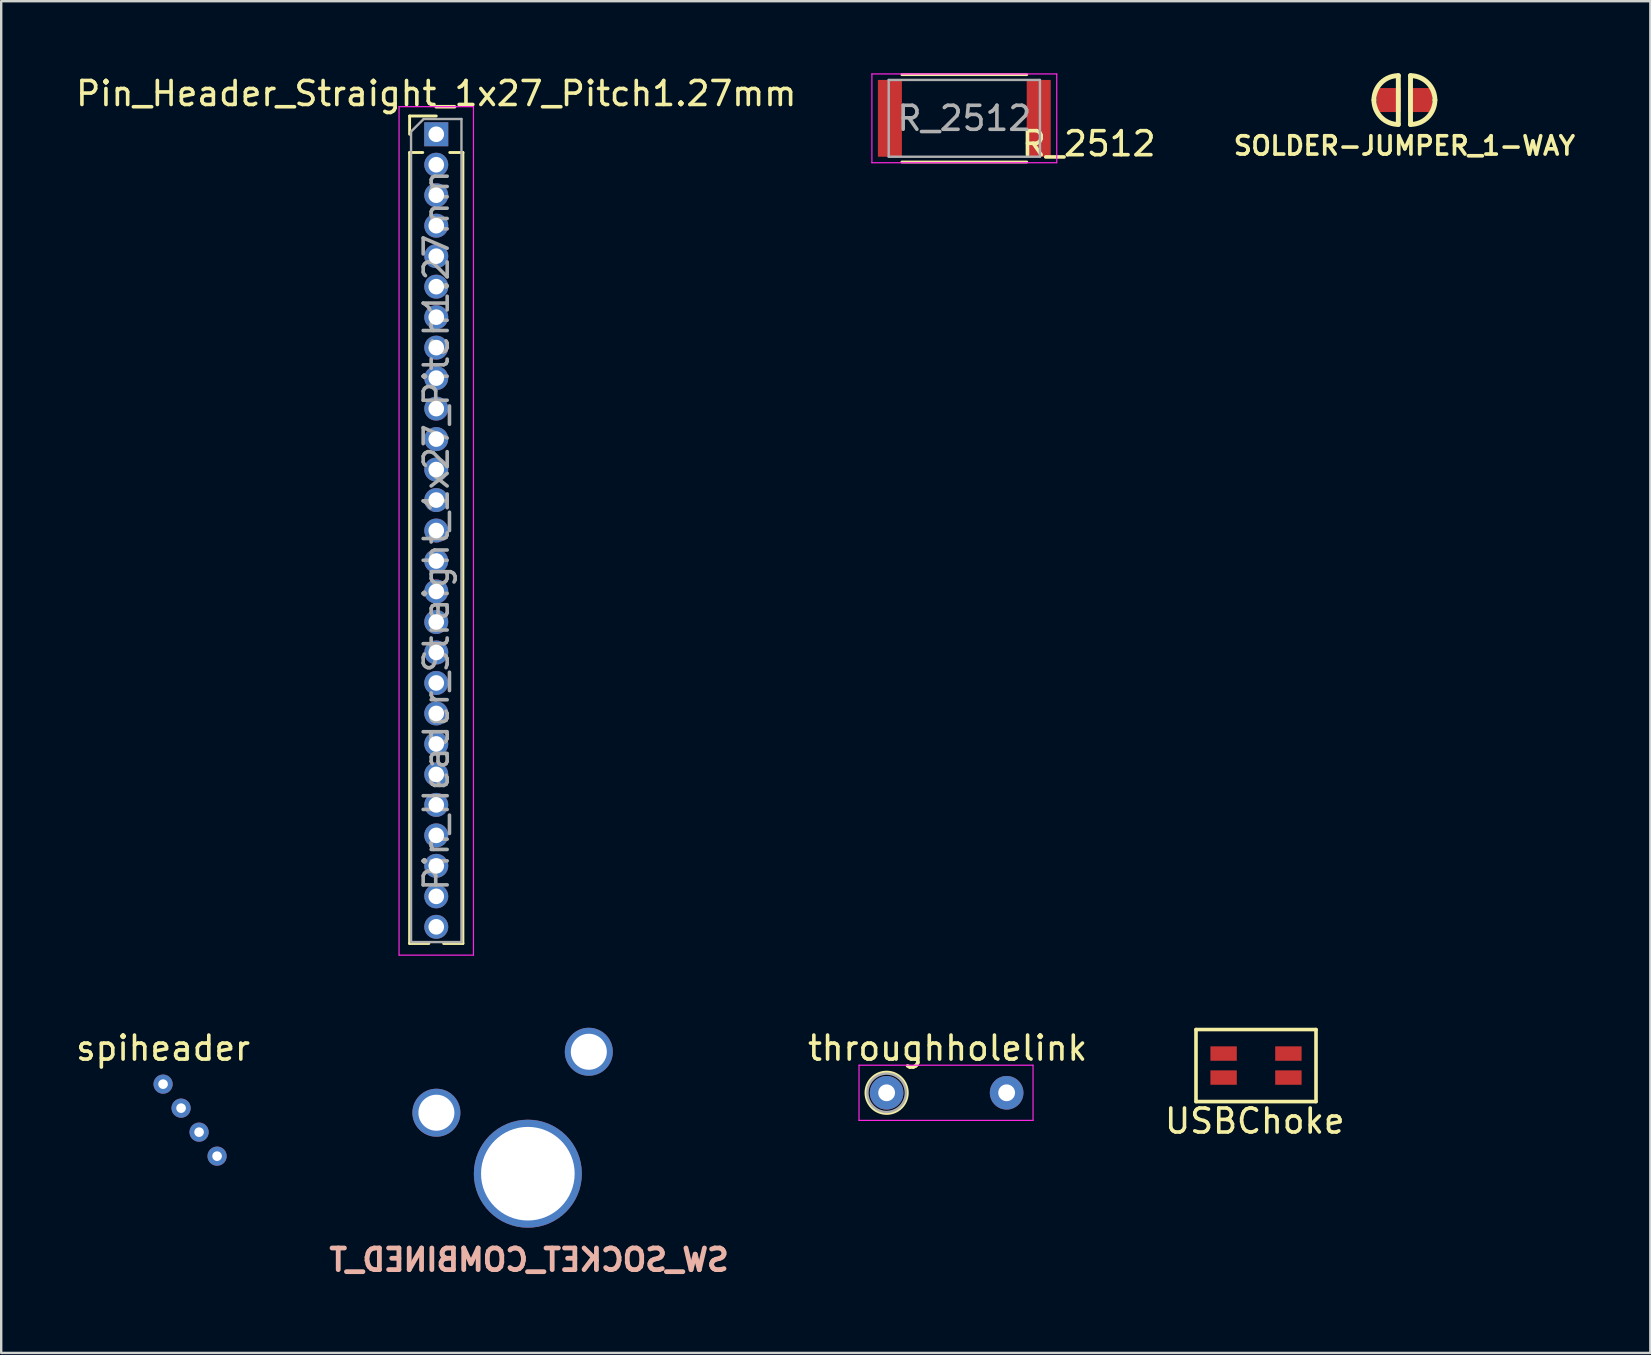
<source format=kicad_pcb>
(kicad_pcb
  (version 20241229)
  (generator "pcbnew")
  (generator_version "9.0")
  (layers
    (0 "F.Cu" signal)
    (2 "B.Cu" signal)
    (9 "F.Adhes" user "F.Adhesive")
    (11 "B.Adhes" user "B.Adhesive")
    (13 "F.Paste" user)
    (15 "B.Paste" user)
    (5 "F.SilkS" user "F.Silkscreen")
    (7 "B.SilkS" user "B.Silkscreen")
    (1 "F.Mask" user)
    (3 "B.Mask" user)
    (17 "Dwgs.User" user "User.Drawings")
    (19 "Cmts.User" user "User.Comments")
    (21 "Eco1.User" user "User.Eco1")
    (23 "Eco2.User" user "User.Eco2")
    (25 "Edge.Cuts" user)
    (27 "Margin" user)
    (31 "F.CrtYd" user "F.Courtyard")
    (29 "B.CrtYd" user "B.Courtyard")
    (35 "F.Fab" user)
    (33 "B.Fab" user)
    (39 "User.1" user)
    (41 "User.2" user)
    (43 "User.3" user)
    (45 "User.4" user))
  (footprint "SW_SOCKET_COMBINED_T"
    (layer "F.Cu")
    (at 18.941 45.848)
    (property "Reference" "SW_SOCKET_COMBINED_T" (at 0.05 3.59 0) (layer "B.SilkS") (effects (font (size 0.9 0.9) (thickness 0.2)) (justify mirror)))
    (attr through_hole)
    (pad "1" thru_hole circle (at -3.81 -2.54) (size 2 2) (drill 1.5) (layers "*.Cu" "*.Mask"))
    (pad "2" thru_hole circle (at 2.54 -5.08) (size 2 2) (drill 1.5) (layers "*.Cu" "*.Mask"))
    (pad "3" thru_hole circle (at 0 0) (size 4.5 4.5) (drill 3.9) (layers "*.Cu")))
  (footprint "Pin_Header_Straight_1x27_Pitch1.27mm"
    (layer "F.Cu")
    (at 15.125 2.543)
    (property "Reference" "Pin_Header_Straight_1x27_Pitch1.27mm" (at 0 -1.695 0) (layer "F.SilkS") (effects (font (size 1 1) (thickness 0.15))))
    (attr through_hole)
    (fp_line (start -1.11 -0.76) (end 0 -0.76) (stroke (width 0.12) (type solid)) (layer "F.SilkS"))
    (fp_line (start -1.11 0) (end -1.11 -0.76) (stroke (width 0.12) (type solid)) (layer "F.SilkS"))
    (fp_line (start -1.11 0.76) (end -1.11 33.715) (stroke (width 0.12) (type solid)) (layer "F.SilkS"))
    (fp_line (start -1.11 0.76) (end -0.563 0.76) (stroke (width 0.12) (type solid)) (layer "F.SilkS"))
    (fp_line (start -1.11 33.715) (end -0.308 33.715) (stroke (width 0.12) (type solid)) (layer "F.SilkS"))
    (fp_line (start 0.308 33.715) (end 1.11 33.715) (stroke (width 0.12) (type solid)) (layer "F.SilkS"))
    (fp_line (start 0.563 0.76) (end 1.11 0.76) (stroke (width 0.12) (type solid)) (layer "F.SilkS"))
    (fp_line (start 1.11 0.76) (end 1.11 33.715) (stroke (width 0.12) (type solid)) (layer "F.SilkS"))
    (fp_line (start -1.55 -1.15) (end -1.55 34.2) (stroke (width 0.05) (type solid)) (layer "F.CrtYd"))
    (fp_line (start -1.55 34.2) (end 1.55 34.2) (stroke (width 0.05) (type solid)) (layer "F.CrtYd"))
    (fp_line (start 1.55 -1.15) (end -1.55 -1.15) (stroke (width 0.05) (type solid)) (layer "F.CrtYd"))
    (fp_line (start 1.55 34.2) (end 1.55 -1.15) (stroke (width 0.05) (type solid)) (layer "F.CrtYd"))
    (fp_line (start -1.05 -0.11) (end -0.525 -0.635) (stroke (width 0.1) (type solid)) (layer "F.Fab"))
    (fp_line (start -1.05 33.655) (end -1.05 -0.11) (stroke (width 0.1) (type solid)) (layer "F.Fab"))
    (fp_line (start -0.525 -0.635) (end 1.05 -0.635) (stroke (width 0.1) (type solid)) (layer "F.Fab"))
    (fp_line (start 1.05 -0.635) (end 1.05 33.655) (stroke (width 0.1) (type solid)) (layer "F.Fab"))
    (fp_line (start 1.05 33.655) (end -1.05 33.655) (stroke (width 0.1) (type solid)) (layer "F.Fab"))
    (fp_text user "${REFERENCE}" (at 0 16.51 90) (layer "F.Fab") (effects (font (size 1 1) (thickness 0.15))))
    (pad "1" thru_hole rect (at 0 0) (size 1 1) (drill 0.65) (layers "*.Cu" "*.Mask"))
    (pad "2" thru_hole oval (at 0 1.27) (size 1 1) (drill 0.65) (layers "*.Cu" "*.Mask"))
    (pad "3" thru_hole oval (at 0 2.54) (size 1 1) (drill 0.65) (layers "*.Cu" "*.Mask"))
    (pad "4" thru_hole oval (at 0 3.81) (size 1 1) (drill 0.65) (layers "*.Cu" "*.Mask"))
    (pad "5" thru_hole oval (at 0 5.08) (size 1 1) (drill 0.65) (layers "*.Cu" "*.Mask"))
    (pad "6" thru_hole oval (at 0 6.35) (size 1 1) (drill 0.65) (layers "*.Cu" "*.Mask"))
    (pad "7" thru_hole oval (at 0 7.62) (size 1 1) (drill 0.65) (layers "*.Cu" "*.Mask"))
    (pad "8" thru_hole oval (at 0 8.89) (size 1 1) (drill 0.65) (layers "*.Cu" "*.Mask"))
    (pad "9" thru_hole oval (at 0 10.16) (size 1 1) (drill 0.65) (layers "*.Cu" "*.Mask"))
    (pad "10" thru_hole oval (at 0 11.43) (size 1 1) (drill 0.65) (layers "*.Cu" "*.Mask"))
    (pad "11" thru_hole oval (at 0 12.7) (size 1 1) (drill 0.65) (layers "*.Cu" "*.Mask"))
    (pad "12" thru_hole oval (at 0 13.97) (size 1 1) (drill 0.65) (layers "*.Cu" "*.Mask"))
    (pad "13" thru_hole oval (at 0 15.24) (size 1 1) (drill 0.65) (layers "*.Cu" "*.Mask"))
    (pad "14" thru_hole oval (at 0 16.51) (size 1 1) (drill 0.65) (layers "*.Cu" "*.Mask"))
    (pad "15" thru_hole oval (at 0 17.78) (size 1 1) (drill 0.65) (layers "*.Cu" "*.Mask"))
    (pad "16" thru_hole oval (at 0 19.05) (size 1 1) (drill 0.65) (layers "*.Cu" "*.Mask"))
    (pad "17" thru_hole oval (at 0 20.32) (size 1 1) (drill 0.65) (layers "*.Cu" "*.Mask"))
    (pad "18" thru_hole oval (at 0 21.59) (size 1 1) (drill 0.65) (layers "*.Cu" "*.Mask"))
    (pad "19" thru_hole oval (at 0 22.86) (size 1 1) (drill 0.65) (layers "*.Cu" "*.Mask"))
    (pad "20" thru_hole oval (at 0 24.13) (size 1 1) (drill 0.65) (layers "*.Cu" "*.Mask"))
    (pad "21" thru_hole oval (at 0 25.4) (size 1 1) (drill 0.65) (layers "*.Cu" "*.Mask"))
    (pad "22" thru_hole oval (at 0 26.67) (size 1 1) (drill 0.65) (layers "*.Cu" "*.Mask"))
    (pad "23" thru_hole oval (at 0 27.94) (size 1 1) (drill 0.65) (layers "*.Cu" "*.Mask"))
    (pad "24" thru_hole oval (at 0 29.21) (size 1 1) (drill 0.65) (layers "*.Cu" "*.Mask"))
    (pad "25" thru_hole oval (at 0 30.48) (size 1 1) (drill 0.65) (layers "*.Cu" "*.Mask"))
    (pad "26" thru_hole oval (at 0 31.75) (size 1 1) (drill 0.65) (layers "*.Cu" "*.Mask"))
    (pad "27" thru_hole oval (at 0 33.02) (size 1 1) (drill 0.65) (layers "*.Cu" "*.Mask")))
  (footprint "USBChoke"
    (layer "F.Cu")
    (at 49.277 41.343)
    (property "Reference" "USBChoke" (at -0.051 2.312 0) (layer "F.SilkS") (effects (font (size 1 1) (thickness 0.15))))
    (attr through_hole)
    (fp_line (start -2.5 -1.5) (end 2.5 -1.5) (stroke (width 0.15) (type solid)) (layer "F.SilkS"))
    (fp_line (start -2.5 1.5) (end -2.5 -1.5) (stroke (width 0.15) (type solid)) (layer "F.SilkS"))
    (fp_line (start 2.5 -1.5) (end 2.5 1.5) (stroke (width 0.15) (type solid)) (layer "F.SilkS"))
    (fp_line (start 2.5 1.5) (end -2.5 1.5) (stroke (width 0.15) (type solid)) (layer "F.SilkS"))
    (pad "1" smd rect (at -1.35 0.5) (size 1.1 0.6) (layers "F.Cu" "F.Mask" "F.Paste"))
    (pad "2" smd rect (at 1.35 0.5) (size 1.1 0.6) (layers "F.Cu" "F.Mask" "F.Paste"))
    (pad "3" smd rect (at 1.35 -0.5) (size 1.1 0.6) (layers "F.Cu" "F.Mask" "F.Paste"))
    (pad "4" smd rect (at -1.35 -0.5) (size 1.1 0.6) (layers "F.Cu" "F.Mask" "F.Paste")))
  (footprint "SOLDER-JUMPER_1-WAY"
    (layer "F.Cu")
    (at 55.46 1.118)
    (property "Reference" "SOLDER-JUMPER_1-WAY" (at 0 1.905 0) (layer "F.SilkS") (effects (font (size 0.762 0.762) (thickness 0.152))))
    (attr through_hole)
    (fp_line (start -0.254 -1.016) (end -0.254 1.016) (stroke (width 0.203) (type solid)) (layer "F.SilkS"))
    (fp_line (start 0.254 1.016) (end 0.254 -1.016) (stroke (width 0.203) (type solid)) (layer "F.SilkS"))
    (fp_arc (start -1.27 0) (mid -0.97242 -0.71842) (end -0.254 -1.016) (stroke (width 0.2032) (type solid)) (layer "F.SilkS"))
    (fp_arc (start -0.254 1.016) (mid -0.97242 0.71842) (end -1.27 0) (stroke (width 0.2032) (type solid)) (layer "F.SilkS"))
    (fp_arc (start 0.254 -1.016) (mid 0.97242 -0.71842) (end 1.27 0) (stroke (width 0.2032) (type solid)) (layer "F.SilkS"))
    (fp_arc (start 1.27 0) (mid 0.97242 0.71842) (end 0.254 1.016) (stroke (width 0.2032) (type solid)) (layer "F.SilkS"))
    (pad "1" smd rect (at -0.65 0) (size 1 1) (layers "F.Cu" "F.Mask" "F.Paste"))
    (pad "2" smd rect (at 0.65 0) (size 1 1) (layers "F.Cu" "F.Mask" "F.Paste")))
  (footprint "throughholelink"
    (layer "F.Cu")
    (at 33.888 42.477)
    (property "Reference" "throughholelink" (at 2.54 -1.86 0) (layer "F.SilkS") (effects (font (size 1 1) (thickness 0.15))))
    (attr through_hole)
    (fp_circle (center 0 0) (end 0.86 0) (stroke (width 0.12) (type solid)) (fill no) (layer "F.SilkS"))
    (fp_line (start -1.15 -1.15) (end -1.15 1.15) (stroke (width 0.05) (type solid)) (layer "F.CrtYd"))
    (fp_line (start -1.15 1.15) (end 6.1 1.15) (stroke (width 0.05) (type solid)) (layer "F.CrtYd"))
    (fp_line (start 6.1 -1.15) (end -1.15 -1.15) (stroke (width 0.05) (type solid)) (layer "F.CrtYd"))
    (fp_line (start 6.1 1.15) (end 6.1 -1.15) (stroke (width 0.05) (type solid)) (layer "F.CrtYd"))
    (fp_circle (center 0 0) (end 0.8 0) (stroke (width 0.1) (type solid)) (fill no) (layer "F.Fab"))
    (pad "1" thru_hole circle (at 0 0) (size 1.4 1.4) (drill 0.7) (layers "*.Cu" "*.Mask"))
    (pad "1" thru_hole oval (at 5 0) (size 1.4 1.4) (drill 0.7) (layers "*.Cu" "*.Mask")))
  (footprint "spiheader"
    (layer "F.Cu")
    (at 3.744 42.117)
    (property "Reference" "spiheader" (at 0 -1.5 0) (layer "F.SilkS") (effects (font (size 1 1) (thickness 0.15))))
    (attr through_hole)
    (pad "1" thru_hole circle (at 0 0) (size 0.8 0.8) (drill 0.4) (layers "*.Cu"))
    (pad "2" thru_hole circle (at 0.75 1) (size 0.8 0.8) (drill 0.4) (layers "*.Cu"))
    (pad "3" thru_hole circle (at 1.5 2) (size 0.8 0.8) (drill 0.4) (layers "*.Cu"))
    (pad "4" thru_hole circle (at 2.25 3) (size 0.8 0.8) (drill 0.4) (layers "*.Cu")))
  (footprint "R_2512"
    (layer "F.Cu")
    (at 37.125 1.88)
    (property "Reference" "R_2512" (at 5.178 1.059 0) (layer "F.SilkS") (effects (font (size 1 1) (thickness 0.15))))
    (attr smd)
    (fp_line (start -2.6 -1.82) (end 2.6 -1.82) (stroke (width 0.12) (type solid)) (layer "F.SilkS"))
    (fp_line (start 2.6 1.82) (end -2.6 1.82) (stroke (width 0.12) (type solid)) (layer "F.SilkS"))
    (fp_line (start -3.85 -1.85) (end -3.85 1.85) (stroke (width 0.05) (type solid)) (layer "F.CrtYd"))
    (fp_line (start -3.85 -1.85) (end 3.85 -1.85) (stroke (width 0.05) (type solid)) (layer "F.CrtYd"))
    (fp_line (start 3.85 1.85) (end -3.85 1.85) (stroke (width 0.05) (type solid)) (layer "F.CrtYd"))
    (fp_line (start 3.85 1.85) (end 3.85 -1.85) (stroke (width 0.05) (type solid)) (layer "F.CrtYd"))
    (fp_line (start -3.15 -1.6) (end 3.15 -1.6) (stroke (width 0.1) (type solid)) (layer "F.Fab"))
    (fp_line (start -3.15 1.6) (end -3.15 -1.6) (stroke (width 0.1) (type solid)) (layer "F.Fab"))
    (fp_line (start 3.15 -1.6) (end 3.15 1.6) (stroke (width 0.1) (type solid)) (layer "F.Fab"))
    (fp_line (start 3.15 1.6) (end -3.15 1.6) (stroke (width 0.1) (type solid)) (layer "F.Fab"))
    (fp_text user "${REFERENCE}" (at 0 0 0) (layer "F.Fab") (effects (font (size 1 1) (thickness 0.15))))
    (pad "1" smd rect (at -3.1 0) (size 1 3.2) (layers "F.Cu" "F.Mask" "F.Paste"))
    (pad "2" smd rect (at 3.1 0) (size 1 3.2) (layers "F.Cu" "F.Mask" "F.Paste")))
  (gr_rect
    (start -3 -3)
    (end 65.706 53.316)
    (stroke (width 0.1) (type default))
    (fill no)
    (layer "Edge.Cuts")))
</source>
